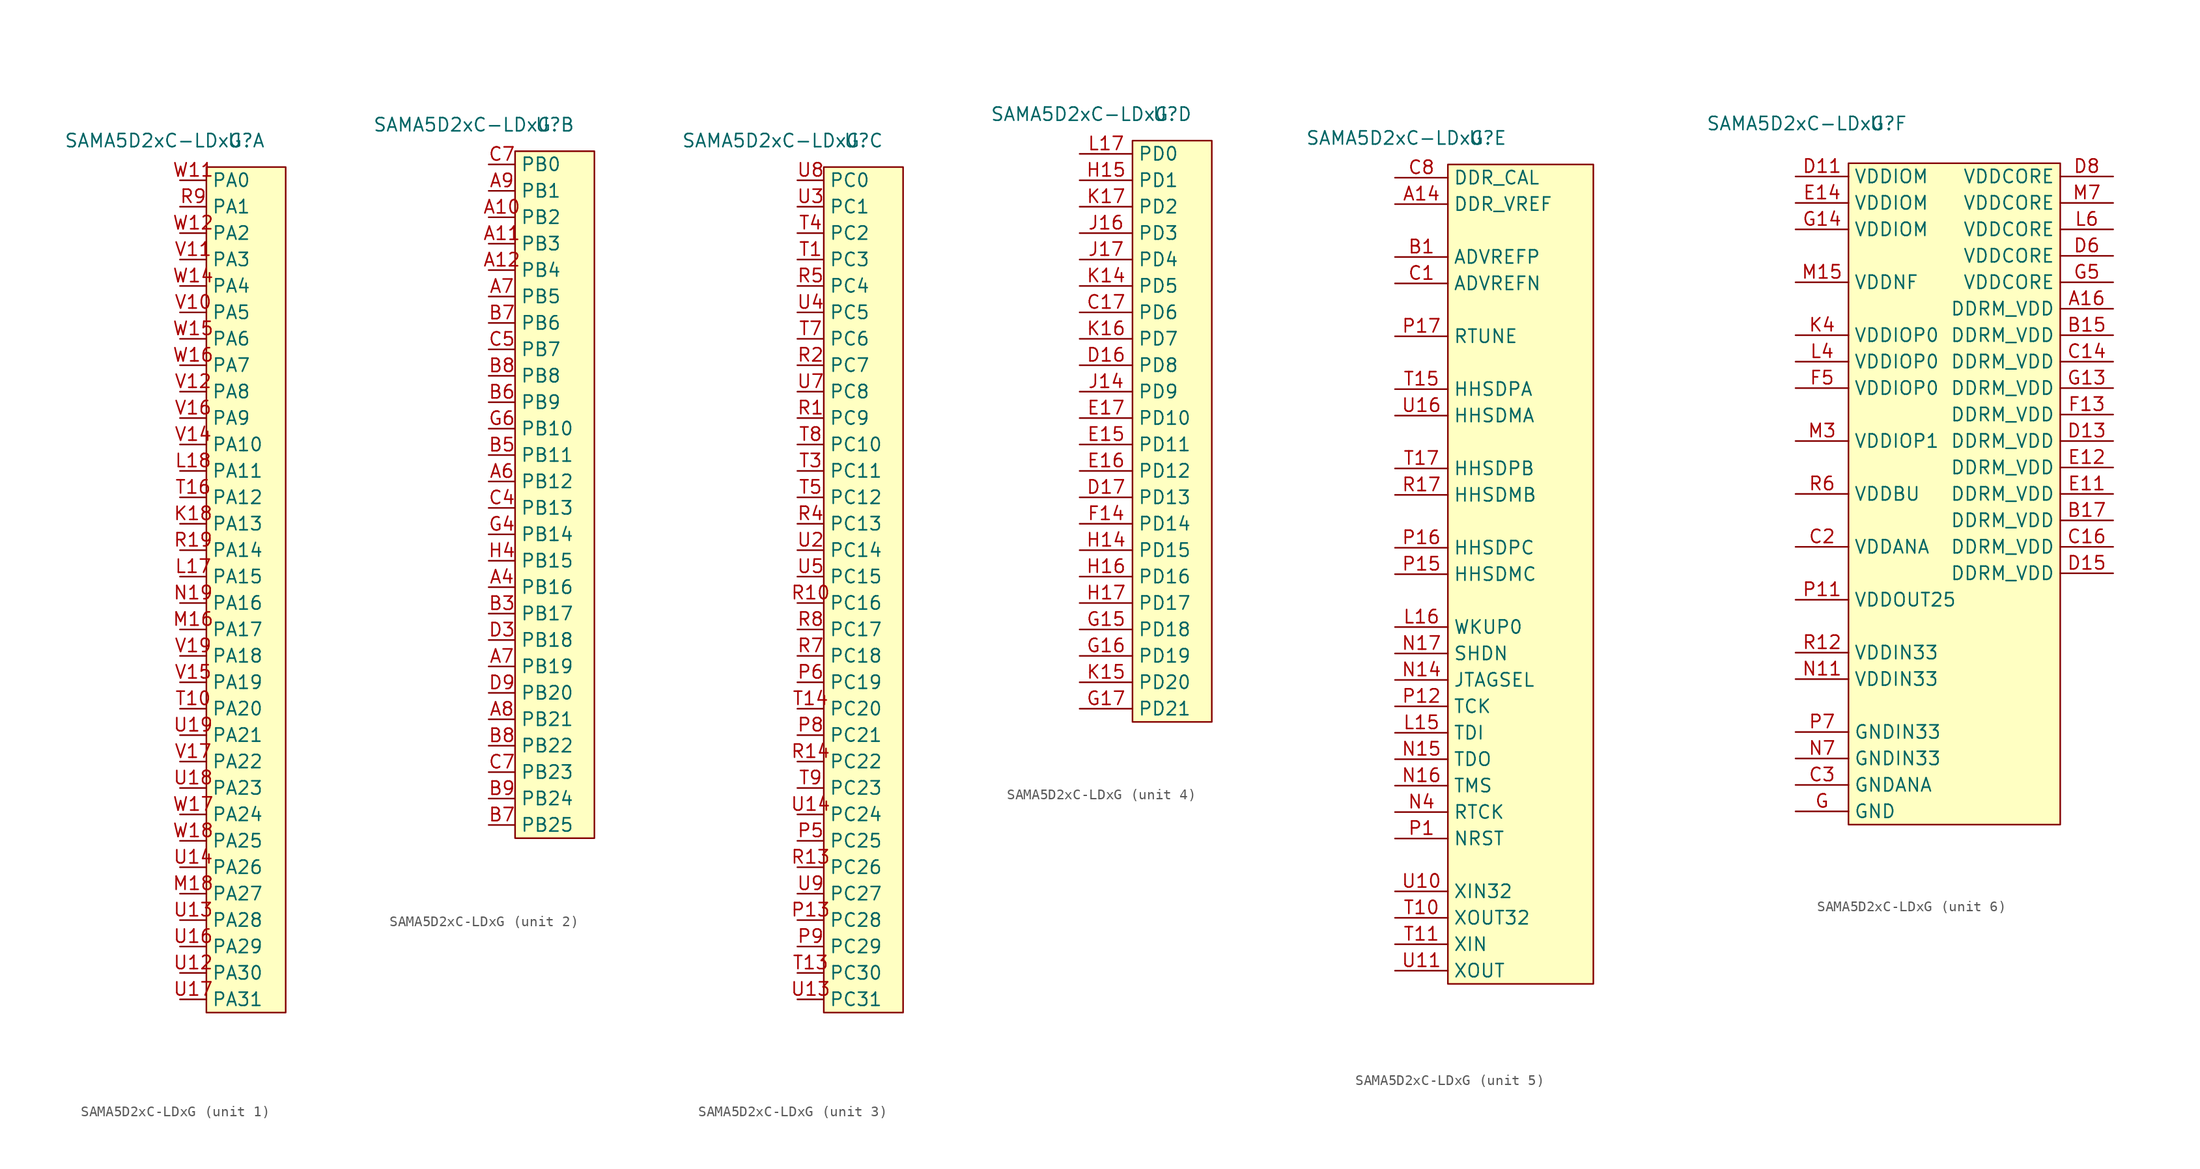
<source format=kicad_sym>
(kicad_symbol_lib
  (version 20211014)
  (generator kicad_symbol_editor)
  (symbol "SAMA5D2xC-LDxG"
    (property "Reference" "U"
      (at 0 43.18 0)
      (effects (font (size 1.27 1.27))))
    (property "Value" "SAMA5D2xC-LDxG"
      (at -8.89 43.18 0)
      (effects (font (size 1.27 1.27))))
    (property "ki_locked" ""
      (at 0 0 0)
      (effects (font (size 1.27 1.27))))
    (symbol "SAMA5D2xC-LDxG_1_0"
      (pin passive line (at -6.35 6.35 0) (length 2.54) (name "PA13" (effects (font (size 1.27 1.27)))) (number "K18" (effects (font (size 1.27 1.27)))))
      (pin passive line (at -6.35 1.27 0) (length 2.54) (name "PA15" (effects (font (size 1.27 1.27)))) (number "L17" (effects (font (size 1.27 1.27)))))
      (pin passive line (at -6.35 11.43 0) (length 2.54) (name "PA11" (effects (font (size 1.27 1.27)))) (number "L18" (effects (font (size 1.27 1.27)))))
      (pin passive line (at -6.35 -3.81 0) (length 2.54) (name "PA17" (effects (font (size 1.27 1.27)))) (number "M16" (effects (font (size 1.27 1.27)))))
      (pin passive line (at -6.35 -29.21 0) (length 2.54) (name "PA27" (effects (font (size 1.27 1.27)))) (number "M18" (effects (font (size 1.27 1.27)))))
      (pin passive line (at -6.35 -1.27 0) (length 2.54) (name "PA16" (effects (font (size 1.27 1.27)))) (number "N19" (effects (font (size 1.27 1.27)))))
      (pin passive line (at -6.35 3.81 0) (length 2.54) (name "PA14" (effects (font (size 1.27 1.27)))) (number "R19" (effects (font (size 1.27 1.27)))))
      (pin passive line (at -6.35 36.83 0) (length 2.54) (name "PA1" (effects (font (size 1.27 1.27)))) (number "R9" (effects (font (size 1.27 1.27)))))
      (pin passive line (at -6.35 -11.43 0) (length 2.54) (name "PA20" (effects (font (size 1.27 1.27)))) (number "T10" (effects (font (size 1.27 1.27)))))
      (pin passive line (at -6.35 8.89 0) (length 2.54) (name "PA12" (effects (font (size 1.27 1.27)))) (number "T16" (effects (font (size 1.27 1.27)))))
      (pin passive line (at -6.35 -36.83 0) (length 2.54) (name "PA30" (effects (font (size 1.27 1.27)))) (number "U12" (effects (font (size 1.27 1.27)))))
      (pin passive line (at -6.35 -31.75 0) (length 2.54) (name "PA28" (effects (font (size 1.27 1.27)))) (number "U13" (effects (font (size 1.27 1.27)))))
      (pin passive line (at -6.35 -26.67 0) (length 2.54) (name "PA26" (effects (font (size 1.27 1.27)))) (number "U14" (effects (font (size 1.27 1.27)))))
      (pin passive line (at -6.35 -34.29 0) (length 2.54) (name "PA29" (effects (font (size 1.27 1.27)))) (number "U16" (effects (font (size 1.27 1.27)))))
      (pin passive line (at -6.35 -39.37 0) (length 2.54) (name "PA31" (effects (font (size 1.27 1.27)))) (number "U17" (effects (font (size 1.27 1.27)))))
      (pin passive line (at -6.35 -19.05 0) (length 2.54) (name "PA23" (effects (font (size 1.27 1.27)))) (number "U18" (effects (font (size 1.27 1.27)))))
      (pin passive line (at -6.35 -13.97 0) (length 2.54) (name "PA21" (effects (font (size 1.27 1.27)))) (number "U19" (effects (font (size 1.27 1.27)))))
      (pin passive line (at -6.35 26.67 0) (length 2.54) (name "PA5" (effects (font (size 1.27 1.27)))) (number "V10" (effects (font (size 1.27 1.27)))))
      (pin passive line (at -6.35 31.75 0) (length 2.54) (name "PA3" (effects (font (size 1.27 1.27)))) (number "V11" (effects (font (size 1.27 1.27)))))
      (pin passive line (at -6.35 19.05 0) (length 2.54) (name "PA8" (effects (font (size 1.27 1.27)))) (number "V12" (effects (font (size 1.27 1.27)))))
      (pin passive line (at -6.35 13.97 0) (length 2.54) (name "PA10" (effects (font (size 1.27 1.27)))) (number "V14" (effects (font (size 1.27 1.27)))))
      (pin passive line (at -6.35 -8.89 0) (length 2.54) (name "PA19" (effects (font (size 1.27 1.27)))) (number "V15" (effects (font (size 1.27 1.27)))))
      (pin passive line (at -6.35 16.51 0) (length 2.54) (name "PA9" (effects (font (size 1.27 1.27)))) (number "V16" (effects (font (size 1.27 1.27)))))
      (pin passive line (at -6.35 -16.51 0) (length 2.54) (name "PA22" (effects (font (size 1.27 1.27)))) (number "V17" (effects (font (size 1.27 1.27)))))
      (pin passive line (at -6.35 -6.35 0) (length 2.54) (name "PA18" (effects (font (size 1.27 1.27)))) (number "V19" (effects (font (size 1.27 1.27)))))
      (pin passive line (at -6.35 39.37 0) (length 2.54) (name "PA0" (effects (font (size 1.27 1.27)))) (number "W11" (effects (font (size 1.27 1.27)))))
      (pin passive line (at -6.35 34.29 0) (length 2.54) (name "PA2" (effects (font (size 1.27 1.27)))) (number "W12" (effects (font (size 1.27 1.27)))))
      (pin passive line (at -6.35 29.21 0) (length 2.54) (name "PA4" (effects (font (size 1.27 1.27)))) (number "W14" (effects (font (size 1.27 1.27)))))
      (pin passive line (at -6.35 24.13 0) (length 2.54) (name "PA6" (effects (font (size 1.27 1.27)))) (number "W15" (effects (font (size 1.27 1.27)))))
      (pin passive line (at -6.35 21.59 0) (length 2.54) (name "PA7" (effects (font (size 1.27 1.27)))) (number "W16" (effects (font (size 1.27 1.27)))))
      (pin passive line (at -6.35 -21.59 0) (length 2.54) (name "PA24" (effects (font (size 1.27 1.27)))) (number "W17" (effects (font (size 1.27 1.27)))))
      (pin passive line (at -6.35 -24.13 0) (length 2.54) (name "PA25" (effects (font (size 1.27 1.27)))) (number "W18" (effects (font (size 1.27 1.27))))))
    (symbol "SAMA5D2xC-LDxG_1_1"
      (rectangle (start -3.81 40.64) (end 3.81 -40.64) (stroke (width 0.152) (type default) (color 0 0 0 0)) (fill (type background))))
    (symbol "SAMA5D2xC-LDxG_2_0"
      (pin passive line (at -6.35 34.29 0) (length 2.54) (name "PB2" (effects (font (size 1.27 1.27)))) (number "A10" (effects (font (size 1.27 1.27)))))
      (pin passive line (at -6.35 31.75 0) (length 2.54) (name "PB3" (effects (font (size 1.27 1.27)))) (number "A11" (effects (font (size 1.27 1.27)))))
      (pin passive line (at -6.35 29.21 0) (length 2.54) (name "PB4" (effects (font (size 1.27 1.27)))) (number "A12" (effects (font (size 1.27 1.27)))))
      (pin passive line (at -6.35 -1.27 0) (length 2.54) (name "PB16" (effects (font (size 1.27 1.27)))) (number "A4" (effects (font (size 1.27 1.27)))))
      (pin passive line (at -6.35 8.89 0) (length 2.54) (name "PB12" (effects (font (size 1.27 1.27)))) (number "A6" (effects (font (size 1.27 1.27)))))
      (pin passive line (at -6.35 -8.89 0) (length 2.54) (name "PB19" (effects (font (size 1.27 1.27)))) (number "A7" (effects (font (size 1.27 1.27)))))
      (pin passive line (at -6.35 26.67 0) (length 2.54) (name "PB5" (effects (font (size 1.27 1.27)))) (number "A7" (effects (font (size 1.27 1.27)))))
      (pin passive line (at -6.35 -13.97 0) (length 2.54) (name "PB21" (effects (font (size 1.27 1.27)))) (number "A8" (effects (font (size 1.27 1.27)))))
      (pin passive line (at -6.35 36.83 0) (length 2.54) (name "PB1" (effects (font (size 1.27 1.27)))) (number "A9" (effects (font (size 1.27 1.27)))))
      (pin passive line (at -6.35 -3.81 0) (length 2.54) (name "PB17" (effects (font (size 1.27 1.27)))) (number "B3" (effects (font (size 1.27 1.27)))))
      (pin passive line (at -6.35 11.43 0) (length 2.54) (name "PB11" (effects (font (size 1.27 1.27)))) (number "B5" (effects (font (size 1.27 1.27)))))
      (pin passive line (at -6.35 16.51 0) (length 2.54) (name "PB9" (effects (font (size 1.27 1.27)))) (number "B6" (effects (font (size 1.27 1.27)))))
      (pin passive line (at -6.35 -24.13 0) (length 2.54) (name "PB25" (effects (font (size 1.27 1.27)))) (number "B7" (effects (font (size 1.27 1.27)))))
      (pin passive line (at -6.35 24.13 0) (length 2.54) (name "PB6" (effects (font (size 1.27 1.27)))) (number "B7" (effects (font (size 1.27 1.27)))))
      (pin passive line (at -6.35 -16.51 0) (length 2.54) (name "PB22" (effects (font (size 1.27 1.27)))) (number "B8" (effects (font (size 1.27 1.27)))))
      (pin passive line (at -6.35 19.05 0) (length 2.54) (name "PB8" (effects (font (size 1.27 1.27)))) (number "B8" (effects (font (size 1.27 1.27)))))
      (pin passive line (at -6.35 -21.59 0) (length 2.54) (name "PB24" (effects (font (size 1.27 1.27)))) (number "B9" (effects (font (size 1.27 1.27)))))
      (pin passive line (at -6.35 6.35 0) (length 2.54) (name "PB13" (effects (font (size 1.27 1.27)))) (number "C4" (effects (font (size 1.27 1.27)))))
      (pin passive line (at -6.35 21.59 0) (length 2.54) (name "PB7" (effects (font (size 1.27 1.27)))) (number "C5" (effects (font (size 1.27 1.27)))))
      (pin passive line (at -6.35 39.37 0) (length 2.54) (name "PB0" (effects (font (size 1.27 1.27)))) (number "C7" (effects (font (size 1.27 1.27)))))
      (pin passive line (at -6.35 -19.05 0) (length 2.54) (name "PB23" (effects (font (size 1.27 1.27)))) (number "C7" (effects (font (size 1.27 1.27)))))
      (pin passive line (at -6.35 -6.35 0) (length 2.54) (name "PB18" (effects (font (size 1.27 1.27)))) (number "D3" (effects (font (size 1.27 1.27)))))
      (pin passive line (at -6.35 -11.43 0) (length 2.54) (name "PB20" (effects (font (size 1.27 1.27)))) (number "D9" (effects (font (size 1.27 1.27)))))
      (pin passive line (at -6.35 3.81 0) (length 2.54) (name "PB14" (effects (font (size 1.27 1.27)))) (number "G4" (effects (font (size 1.27 1.27)))))
      (pin passive line (at -6.35 13.97 0) (length 2.54) (name "PB10" (effects (font (size 1.27 1.27)))) (number "G6" (effects (font (size 1.27 1.27)))))
      (pin passive line (at -6.35 1.27 0) (length 2.54) (name "PB15" (effects (font (size 1.27 1.27)))) (number "H4" (effects (font (size 1.27 1.27))))))
    (symbol "SAMA5D2xC-LDxG_2_1"
      (rectangle (start -3.81 40.64) (end 3.81 -25.4) (stroke (width 0.152) (type default) (color 0 0 0 0)) (fill (type background))))
    (symbol "SAMA5D2xC-LDxG_3_0"
      (pin passive line (at -6.35 -31.75 0) (length 2.54) (name "PC28" (effects (font (size 1.27 1.27)))) (number "P13" (effects (font (size 1.27 1.27)))))
      (pin passive line (at -6.35 -24.13 0) (length 2.54) (name "PC25" (effects (font (size 1.27 1.27)))) (number "P5" (effects (font (size 1.27 1.27)))))
      (pin passive line (at -6.35 -8.89 0) (length 2.54) (name "PC19" (effects (font (size 1.27 1.27)))) (number "P6" (effects (font (size 1.27 1.27)))))
      (pin passive line (at -6.35 -13.97 0) (length 2.54) (name "PC21" (effects (font (size 1.27 1.27)))) (number "P8" (effects (font (size 1.27 1.27)))))
      (pin passive line (at -6.35 -34.29 0) (length 2.54) (name "PC29" (effects (font (size 1.27 1.27)))) (number "P9" (effects (font (size 1.27 1.27)))))
      (pin passive line (at -6.35 16.51 0) (length 2.54) (name "PC9" (effects (font (size 1.27 1.27)))) (number "R1" (effects (font (size 1.27 1.27)))))
      (pin passive line (at -6.35 -1.27 0) (length 2.54) (name "PC16" (effects (font (size 1.27 1.27)))) (number "R10" (effects (font (size 1.27 1.27)))))
      (pin passive line (at -6.35 -26.67 0) (length 2.54) (name "PC26" (effects (font (size 1.27 1.27)))) (number "R13" (effects (font (size 1.27 1.27)))))
      (pin passive line (at -6.35 -16.51 0) (length 2.54) (name "PC22" (effects (font (size 1.27 1.27)))) (number "R14" (effects (font (size 1.27 1.27)))))
      (pin passive line (at -6.35 21.59 0) (length 2.54) (name "PC7" (effects (font (size 1.27 1.27)))) (number "R2" (effects (font (size 1.27 1.27)))))
      (pin passive line (at -6.35 6.35 0) (length 2.54) (name "PC13" (effects (font (size 1.27 1.27)))) (number "R4" (effects (font (size 1.27 1.27)))))
      (pin passive line (at -6.35 29.21 0) (length 2.54) (name "PC4" (effects (font (size 1.27 1.27)))) (number "R5" (effects (font (size 1.27 1.27)))))
      (pin passive line (at -6.35 -6.35 0) (length 2.54) (name "PC18" (effects (font (size 1.27 1.27)))) (number "R7" (effects (font (size 1.27 1.27)))))
      (pin passive line (at -6.35 -3.81 0) (length 2.54) (name "PC17" (effects (font (size 1.27 1.27)))) (number "R8" (effects (font (size 1.27 1.27)))))
      (pin passive line (at -6.35 31.75 0) (length 2.54) (name "PC3" (effects (font (size 1.27 1.27)))) (number "T1" (effects (font (size 1.27 1.27)))))
      (pin passive line (at -6.35 -36.83 0) (length 2.54) (name "PC30" (effects (font (size 1.27 1.27)))) (number "T13" (effects (font (size 1.27 1.27)))))
      (pin passive line (at -6.35 -11.43 0) (length 2.54) (name "PC20" (effects (font (size 1.27 1.27)))) (number "T14" (effects (font (size 1.27 1.27)))))
      (pin passive line (at -6.35 11.43 0) (length 2.54) (name "PC11" (effects (font (size 1.27 1.27)))) (number "T3" (effects (font (size 1.27 1.27)))))
      (pin passive line (at -6.35 34.29 0) (length 2.54) (name "PC2" (effects (font (size 1.27 1.27)))) (number "T4" (effects (font (size 1.27 1.27)))))
      (pin passive line (at -6.35 8.89 0) (length 2.54) (name "PC12" (effects (font (size 1.27 1.27)))) (number "T5" (effects (font (size 1.27 1.27)))))
      (pin passive line (at -6.35 24.13 0) (length 2.54) (name "PC6" (effects (font (size 1.27 1.27)))) (number "T7" (effects (font (size 1.27 1.27)))))
      (pin passive line (at -6.35 13.97 0) (length 2.54) (name "PC10" (effects (font (size 1.27 1.27)))) (number "T8" (effects (font (size 1.27 1.27)))))
      (pin passive line (at -6.35 -19.05 0) (length 2.54) (name "PC23" (effects (font (size 1.27 1.27)))) (number "T9" (effects (font (size 1.27 1.27)))))
      (pin passive line (at -6.35 -39.37 0) (length 2.54) (name "PC31" (effects (font (size 1.27 1.27)))) (number "U13" (effects (font (size 1.27 1.27)))))
      (pin passive line (at -6.35 -21.59 0) (length 2.54) (name "PC24" (effects (font (size 1.27 1.27)))) (number "U14" (effects (font (size 1.27 1.27)))))
      (pin passive line (at -6.35 3.81 0) (length 2.54) (name "PC14" (effects (font (size 1.27 1.27)))) (number "U2" (effects (font (size 1.27 1.27)))))
      (pin passive line (at -6.35 36.83 0) (length 2.54) (name "PC1" (effects (font (size 1.27 1.27)))) (number "U3" (effects (font (size 1.27 1.27)))))
      (pin passive line (at -6.35 26.67 0) (length 2.54) (name "PC5" (effects (font (size 1.27 1.27)))) (number "U4" (effects (font (size 1.27 1.27)))))
      (pin passive line (at -6.35 1.27 0) (length 2.54) (name "PC15" (effects (font (size 1.27 1.27)))) (number "U5" (effects (font (size 1.27 1.27)))))
      (pin passive line (at -6.35 19.05 0) (length 2.54) (name "PC8" (effects (font (size 1.27 1.27)))) (number "U7" (effects (font (size 1.27 1.27)))))
      (pin passive line (at -6.35 39.37 0) (length 2.54) (name "PC0" (effects (font (size 1.27 1.27)))) (number "U8" (effects (font (size 1.27 1.27)))))
      (pin passive line (at -6.35 -29.21 0) (length 2.54) (name "PC27" (effects (font (size 1.27 1.27)))) (number "U9" (effects (font (size 1.27 1.27))))))
    (symbol "SAMA5D2xC-LDxG_3_1"
      (rectangle (start -3.81 40.64) (end 3.81 -40.64) (stroke (width 0.152) (type default) (color 0 0 0 0)) (fill (type background))))
    (symbol "SAMA5D2xC-LDxG_4_0"
      (pin passive line (at -8.89 24.13 0) (length 5.08) (name "PD6" (effects (font (size 1.27 1.27)))) (number "C17" (effects (font (size 1.27 1.27)))))
      (pin passive line (at -8.89 19.05 0) (length 5.08) (name "PD8" (effects (font (size 1.27 1.27)))) (number "D16" (effects (font (size 1.27 1.27)))))
      (pin passive line (at -8.89 6.35 0) (length 5.08) (name "PD13" (effects (font (size 1.27 1.27)))) (number "D17" (effects (font (size 1.27 1.27)))))
      (pin passive line (at -8.89 11.43 0) (length 5.08) (name "PD11" (effects (font (size 1.27 1.27)))) (number "E15" (effects (font (size 1.27 1.27)))))
      (pin passive line (at -8.89 8.89 0) (length 5.08) (name "PD12" (effects (font (size 1.27 1.27)))) (number "E16" (effects (font (size 1.27 1.27)))))
      (pin passive line (at -8.89 13.97 0) (length 5.08) (name "PD10" (effects (font (size 1.27 1.27)))) (number "E17" (effects (font (size 1.27 1.27)))))
      (pin passive line (at -8.89 3.81 0) (length 5.08) (name "PD14" (effects (font (size 1.27 1.27)))) (number "F14" (effects (font (size 1.27 1.27)))))
      (pin passive line (at -8.89 -6.35 0) (length 5.08) (name "PD18" (effects (font (size 1.27 1.27)))) (number "G15" (effects (font (size 1.27 1.27)))))
      (pin passive line (at -8.89 -8.89 0) (length 5.08) (name "PD19" (effects (font (size 1.27 1.27)))) (number "G16" (effects (font (size 1.27 1.27)))))
      (pin passive line (at -8.89 -13.97 0) (length 5.08) (name "PD21" (effects (font (size 1.27 1.27)))) (number "G17" (effects (font (size 1.27 1.27)))))
      (pin passive line (at -8.89 1.27 0) (length 5.08) (name "PD15" (effects (font (size 1.27 1.27)))) (number "H14" (effects (font (size 1.27 1.27)))))
      (pin passive line (at -8.89 36.83 0) (length 5.08) (name "PD1" (effects (font (size 1.27 1.27)))) (number "H15" (effects (font (size 1.27 1.27)))))
      (pin passive line (at -8.89 -1.27 0) (length 5.08) (name "PD16" (effects (font (size 1.27 1.27)))) (number "H16" (effects (font (size 1.27 1.27)))))
      (pin passive line (at -8.89 -3.81 0) (length 5.08) (name "PD17" (effects (font (size 1.27 1.27)))) (number "H17" (effects (font (size 1.27 1.27)))))
      (pin passive line (at -8.89 16.51 0) (length 5.08) (name "PD9" (effects (font (size 1.27 1.27)))) (number "J14" (effects (font (size 1.27 1.27)))))
      (pin passive line (at -8.89 31.75 0) (length 5.08) (name "PD3" (effects (font (size 1.27 1.27)))) (number "J16" (effects (font (size 1.27 1.27)))))
      (pin passive line (at -8.89 29.21 0) (length 5.08) (name "PD4" (effects (font (size 1.27 1.27)))) (number "J17" (effects (font (size 1.27 1.27)))))
      (pin passive line (at -8.89 26.67 0) (length 5.08) (name "PD5" (effects (font (size 1.27 1.27)))) (number "K14" (effects (font (size 1.27 1.27)))))
      (pin passive line (at -8.89 -11.43 0) (length 5.08) (name "PD20" (effects (font (size 1.27 1.27)))) (number "K15" (effects (font (size 1.27 1.27)))))
      (pin passive line (at -8.89 21.59 0) (length 5.08) (name "PD7" (effects (font (size 1.27 1.27)))) (number "K16" (effects (font (size 1.27 1.27)))))
      (pin passive line (at -8.89 34.29 0) (length 5.08) (name "PD2" (effects (font (size 1.27 1.27)))) (number "K17" (effects (font (size 1.27 1.27)))))
      (pin passive line (at -8.89 39.37 0) (length 5.08) (name "PD0" (effects (font (size 1.27 1.27)))) (number "L17" (effects (font (size 1.27 1.27))))))
    (symbol "SAMA5D2xC-LDxG_4_1"
      (rectangle (start -3.81 40.64) (end 3.81 -15.24) (stroke (width 0.152) (type default) (color 0 0 0 0)) (fill (type background))))
    (symbol "SAMA5D2xC-LDxG_5_0"
      (pin passive line (at -8.89 36.83 0) (length 5.08) (name "DDR_VREF" (effects (font (size 1.27 1.27)))) (number "A14" (effects (font (size 1.27 1.27)))))
      (pin passive line (at -8.89 31.75 0) (length 5.08) (name "ADVREFP" (effects (font (size 1.27 1.27)))) (number "B1" (effects (font (size 1.27 1.27)))))
      (pin passive line (at -8.89 29.21 0) (length 5.08) (name "ADVREFN" (effects (font (size 1.27 1.27)))) (number "C1" (effects (font (size 1.27 1.27)))))
      (pin passive line (at -8.89 39.37 0) (length 5.08) (name "DDR_CAL" (effects (font (size 1.27 1.27)))) (number "C8" (effects (font (size 1.27 1.27)))))
      (pin passive line (at -8.89 -13.97 0) (length 5.08) (name "TDI" (effects (font (size 1.27 1.27)))) (number "L15" (effects (font (size 1.27 1.27)))))
      (pin passive line (at -8.89 -3.81 0) (length 5.08) (name "WKUP0" (effects (font (size 1.27 1.27)))) (number "L16" (effects (font (size 1.27 1.27)))))
      (pin passive line (at -8.89 -8.89 0) (length 5.08) (name "JTAGSEL" (effects (font (size 1.27 1.27)))) (number "N14" (effects (font (size 1.27 1.27)))))
      (pin passive line (at -8.89 -16.51 0) (length 5.08) (name "TDO" (effects (font (size 1.27 1.27)))) (number "N15" (effects (font (size 1.27 1.27)))))
      (pin passive line (at -8.89 -19.05 0) (length 5.08) (name "TMS" (effects (font (size 1.27 1.27)))) (number "N16" (effects (font (size 1.27 1.27)))))
      (pin passive line (at -8.89 -6.35 0) (length 5.08) (name "SHDN" (effects (font (size 1.27 1.27)))) (number "N17" (effects (font (size 1.27 1.27)))))
      (pin passive line (at -8.89 -21.59 0) (length 5.08) (name "RTCK" (effects (font (size 1.27 1.27)))) (number "N4" (effects (font (size 1.27 1.27)))))
      (pin passive line (at -8.89 -24.13 0) (length 5.08) (name "NRST" (effects (font (size 1.27 1.27)))) (number "P1" (effects (font (size 1.27 1.27)))))
      (pin passive line (at -8.89 -11.43 0) (length 5.08) (name "TCK" (effects (font (size 1.27 1.27)))) (number "P12" (effects (font (size 1.27 1.27)))))
      (pin passive line (at -8.89 1.27 0) (length 5.08) (name "HHSDMC" (effects (font (size 1.27 1.27)))) (number "P15" (effects (font (size 1.27 1.27)))))
      (pin passive line (at -8.89 3.81 0) (length 5.08) (name "HHSDPC" (effects (font (size 1.27 1.27)))) (number "P16" (effects (font (size 1.27 1.27)))))
      (pin passive line (at -8.89 24.13 0) (length 5.08) (name "RTUNE" (effects (font (size 1.27 1.27)))) (number "P17" (effects (font (size 1.27 1.27)))))
      (pin passive line (at -8.89 8.89 0) (length 5.08) (name "HHSDMB" (effects (font (size 1.27 1.27)))) (number "R17" (effects (font (size 1.27 1.27)))))
      (pin passive line (at -8.89 -31.75 0) (length 5.08) (name "XOUT32" (effects (font (size 1.27 1.27)))) (number "T10" (effects (font (size 1.27 1.27)))))
      (pin passive line (at -8.89 -34.29 0) (length 5.08) (name "XIN" (effects (font (size 1.27 1.27)))) (number "T11" (effects (font (size 1.27 1.27)))))
      (pin passive line (at -8.89 19.05 0) (length 5.08) (name "HHSDPA" (effects (font (size 1.27 1.27)))) (number "T15" (effects (font (size 1.27 1.27)))))
      (pin passive line (at -8.89 11.43 0) (length 5.08) (name "HHSDPB" (effects (font (size 1.27 1.27)))) (number "T17" (effects (font (size 1.27 1.27)))))
      (pin passive line (at -8.89 -29.21 0) (length 5.08) (name "XIN32" (effects (font (size 1.27 1.27)))) (number "U10" (effects (font (size 1.27 1.27)))))
      (pin passive line (at -8.89 -36.83 0) (length 5.08) (name "XOUT" (effects (font (size 1.27 1.27)))) (number "U11" (effects (font (size 1.27 1.27)))))
      (pin passive line (at -8.89 16.51 0) (length 5.08) (name "HHSDMA" (effects (font (size 1.27 1.27)))) (number "U16" (effects (font (size 1.27 1.27))))))
    (symbol "SAMA5D2xC-LDxG_5_1"
      (rectangle (start -3.81 40.64) (end 10.16 -38.1) (stroke (width 0.152) (type default) (color 0 0 0 0)) (fill (type background))))
    (symbol "SAMA5D2xC-LDxG_6_0"
      (pin power_in line (at 21.59 25.4 180) (length 5.08) (name "DDRM_VDD" (effects (font (size 1.27 1.27)))) (number "A16" (effects (font (size 1.27 1.27)))))
      (pin power_in line (at 21.59 22.86 180) (length 5.08) (name "DDRM_VDD" (effects (font (size 1.27 1.27)))) (number "B15" (effects (font (size 1.27 1.27)))))
      (pin power_in line (at 21.59 5.08 180) (length 5.08) (name "DDRM_VDD" (effects (font (size 1.27 1.27)))) (number "B17" (effects (font (size 1.27 1.27)))))
      (pin power_in line (at 21.59 20.32 180) (length 5.08) (name "DDRM_VDD" (effects (font (size 1.27 1.27)))) (number "C14" (effects (font (size 1.27 1.27)))))
      (pin power_in line (at 21.59 2.54 180) (length 5.08) (name "DDRM_VDD" (effects (font (size 1.27 1.27)))) (number "C16" (effects (font (size 1.27 1.27)))))
      (pin power_in line (at -8.89 2.54 0) (length 5.08) (name "VDDANA" (effects (font (size 1.27 1.27)))) (number "C2" (effects (font (size 1.27 1.27)))))
      (pin power_in line (at -8.89 -20.32 0) (length 5.08) (name "GNDANA" (effects (font (size 1.27 1.27)))) (number "C3" (effects (font (size 1.27 1.27)))))
      (pin power_in line (at -8.89 38.1 0) (length 5.08) (name "VDDIOM" (effects (font (size 1.27 1.27)))) (number "D11" (effects (font (size 1.27 1.27)))))
      (pin power_in line (at 21.59 12.7 180) (length 5.08) (name "DDRM_VDD" (effects (font (size 1.27 1.27)))) (number "D13" (effects (font (size 1.27 1.27)))))
      (pin power_in line (at 21.59 0 180) (length 5.08) (name "DDRM_VDD" (effects (font (size 1.27 1.27)))) (number "D15" (effects (font (size 1.27 1.27)))))
      (pin power_in line (at 21.59 30.48 180) (length 5.08) (name "VDDCORE" (effects (font (size 1.27 1.27)))) (number "D6" (effects (font (size 1.27 1.27)))))
      (pin power_in line (at 21.59 38.1 180) (length 5.08) (name "VDDCORE" (effects (font (size 1.27 1.27)))) (number "D8" (effects (font (size 1.27 1.27)))))
      (pin power_in line (at 21.59 7.62 180) (length 5.08) (name "DDRM_VDD" (effects (font (size 1.27 1.27)))) (number "E11" (effects (font (size 1.27 1.27)))))
      (pin power_in line (at 21.59 10.16 180) (length 5.08) (name "DDRM_VDD" (effects (font (size 1.27 1.27)))) (number "E12" (effects (font (size 1.27 1.27)))))
      (pin power_in line (at -8.89 35.56 0) (length 5.08) (name "VDDIOM" (effects (font (size 1.27 1.27)))) (number "E14" (effects (font (size 1.27 1.27)))))
      (pin power_in line (at 21.59 15.24 180) (length 5.08) (name "DDRM_VDD" (effects (font (size 1.27 1.27)))) (number "F13" (effects (font (size 1.27 1.27)))))
      (pin power_in line (at -8.89 17.78 0) (length 5.08) (name "VDDIOP0" (effects (font (size 1.27 1.27)))) (number "F5" (effects (font (size 1.27 1.27)))))
      (pin power_in line (at -8.89 -22.86 0) (length 5.08) (name "GND" (effects (font (size 1.27 1.27)))) (number "G" (effects (font (size 1.27 1.27)))))
      (pin power_in line (at 21.59 17.78 180) (length 5.08) (name "DDRM_VDD" (effects (font (size 1.27 1.27)))) (number "G13" (effects (font (size 1.27 1.27)))))
      (pin power_in line (at -8.89 33.02 0) (length 5.08) (name "VDDIOM" (effects (font (size 1.27 1.27)))) (number "G14" (effects (font (size 1.27 1.27)))))
      (pin power_in line (at 21.59 27.94 180) (length 5.08) (name "VDDCORE" (effects (font (size 1.27 1.27)))) (number "G5" (effects (font (size 1.27 1.27)))))
      (pin power_in line (at -8.89 22.86 0) (length 5.08) (name "VDDIOP0" (effects (font (size 1.27 1.27)))) (number "K4" (effects (font (size 1.27 1.27)))))
      (pin power_in line (at -8.89 20.32 0) (length 5.08) (name "VDDIOP0" (effects (font (size 1.27 1.27)))) (number "L4" (effects (font (size 1.27 1.27)))))
      (pin power_in line (at 21.59 33.02 180) (length 5.08) (name "VDDCORE" (effects (font (size 1.27 1.27)))) (number "L6" (effects (font (size 1.27 1.27)))))
      (pin power_in line (at -8.89 27.94 0) (length 5.08) (name "VDDNF" (effects (font (size 1.27 1.27)))) (number "M15" (effects (font (size 1.27 1.27)))))
      (pin power_in line (at -8.89 12.7 0) (length 5.08) (name "VDDIOP1" (effects (font (size 1.27 1.27)))) (number "M3" (effects (font (size 1.27 1.27)))))
      (pin power_in line (at 21.59 35.56 180) (length 5.08) (name "VDDCORE" (effects (font (size 1.27 1.27)))) (number "M7" (effects (font (size 1.27 1.27)))))
      (pin power_in line (at -8.89 -10.16 0) (length 5.08) (name "VDDIN33" (effects (font (size 1.27 1.27)))) (number "N11" (effects (font (size 1.27 1.27)))))
      (pin power_in line (at -8.89 -17.78 0) (length 5.08) (name "GNDIN33" (effects (font (size 1.27 1.27)))) (number "N7" (effects (font (size 1.27 1.27)))))
      (pin power_in line (at -8.89 -2.54 0) (length 5.08) (name "VDDOUT25" (effects (font (size 1.27 1.27)))) (number "P11" (effects (font (size 1.27 1.27)))))
      (pin power_in line (at -8.89 -15.24 0) (length 5.08) (name "GNDIN33" (effects (font (size 1.27 1.27)))) (number "P7" (effects (font (size 1.27 1.27)))))
      (pin power_in line (at -8.89 -7.62 0) (length 5.08) (name "VDDIN33" (effects (font (size 1.27 1.27)))) (number "R12" (effects (font (size 1.27 1.27)))))
      (pin power_in line (at -8.89 7.62 0) (length 5.08) (name "VDDBU" (effects (font (size 1.27 1.27)))) (number "R6" (effects (font (size 1.27 1.27))))))
    (symbol "SAMA5D2xC-LDxG_6_1"
      (rectangle (start -3.81 39.37) (end 16.51 -24.13) (stroke (width 0.152) (type default) (color 0 0 0 0)) (fill (type background))))))
</source>
